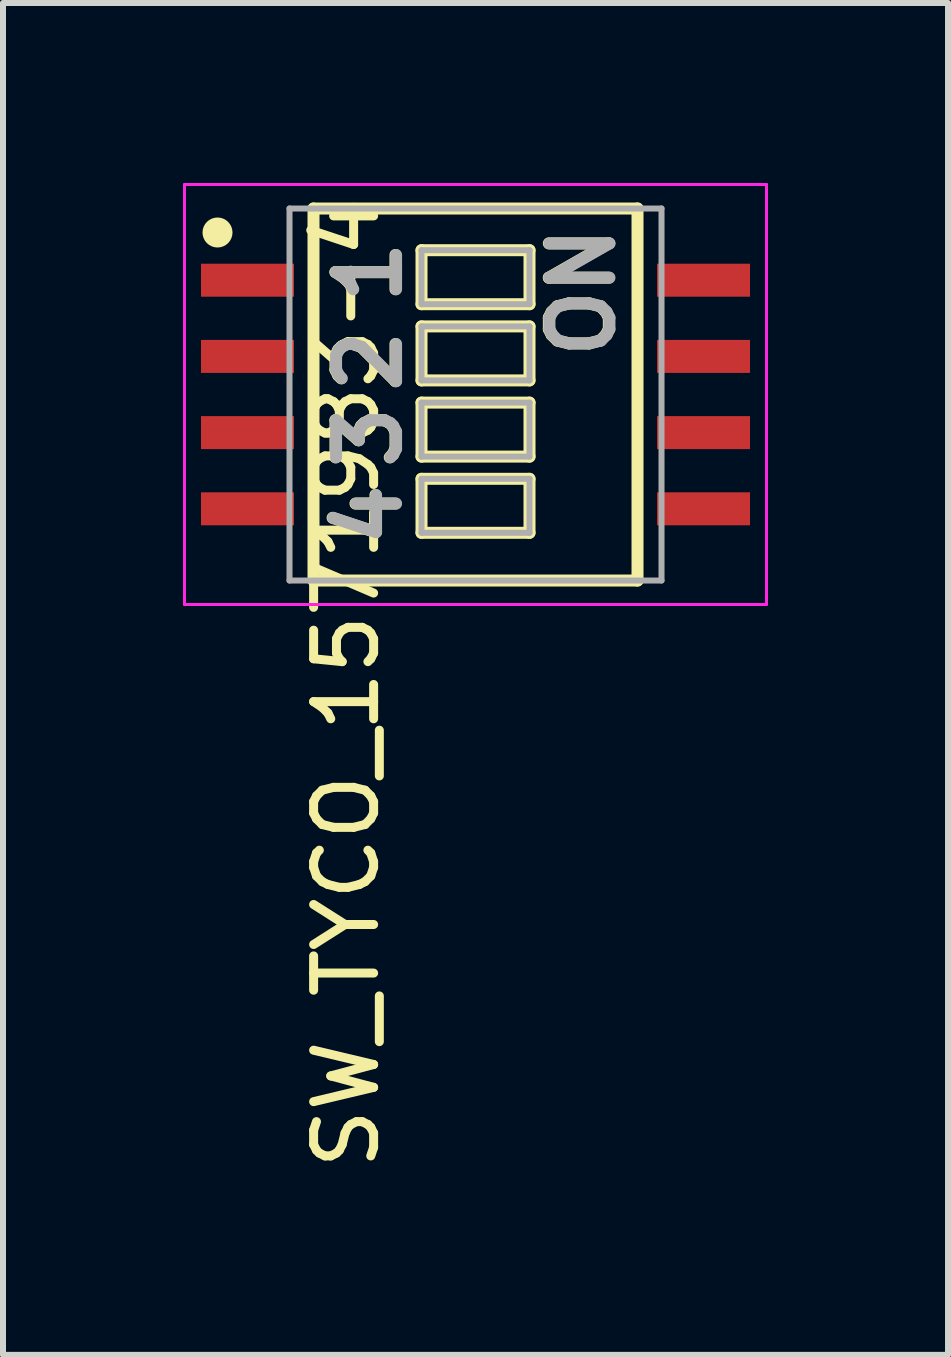
<source format=kicad_pcb>
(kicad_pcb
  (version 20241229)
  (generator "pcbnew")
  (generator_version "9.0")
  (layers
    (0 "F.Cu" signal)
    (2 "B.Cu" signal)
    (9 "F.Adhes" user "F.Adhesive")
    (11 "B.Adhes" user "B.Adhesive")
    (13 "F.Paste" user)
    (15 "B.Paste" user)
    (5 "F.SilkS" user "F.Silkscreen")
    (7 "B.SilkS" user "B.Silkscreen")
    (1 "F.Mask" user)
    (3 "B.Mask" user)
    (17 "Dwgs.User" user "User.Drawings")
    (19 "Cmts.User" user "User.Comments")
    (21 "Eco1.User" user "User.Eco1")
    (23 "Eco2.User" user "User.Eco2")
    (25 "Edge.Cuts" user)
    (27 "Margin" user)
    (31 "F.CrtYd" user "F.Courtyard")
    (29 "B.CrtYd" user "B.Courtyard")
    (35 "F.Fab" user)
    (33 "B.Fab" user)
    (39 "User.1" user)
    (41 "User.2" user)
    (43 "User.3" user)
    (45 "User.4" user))
  (footprint "SW_TYCO_1571983-4"
    (layer "F.Cu")
    (at 4.875 3.525)
    (property "Reference" "SW_TYCO_1571983-4" (at -2.153 4.809 270) (layer "F.SilkS") (effects (font (size 1 1) (thickness 0.15))))
    (attr smd)
    (fp_line (start -2.7 -3.1) (end 2.7 -3.1) (stroke (width 0.2) (type solid)) (layer "F.SilkS"))
    (fp_line (start -2.7 3.1) (end -2.7 -3.1) (stroke (width 0.2) (type solid)) (layer "F.SilkS"))
    (fp_line (start -2.7 3.1) (end 2.7 3.1) (stroke (width 0.2) (type solid)) (layer "F.SilkS"))
    (fp_line (start -0.9 -2.405) (end 0.9 -2.405) (stroke (width 0.2) (type solid)) (layer "F.SilkS"))
    (fp_line (start -0.9 -1.505) (end -0.9 -2.405) (stroke (width 0.2) (type solid)) (layer "F.SilkS"))
    (fp_line (start -0.9 -1.505) (end 0.9 -1.505) (stroke (width 0.2) (type solid)) (layer "F.SilkS"))
    (fp_line (start -0.9 -1.135) (end 0.9 -1.135) (stroke (width 0.2) (type solid)) (layer "F.SilkS"))
    (fp_line (start -0.9 -0.235) (end -0.9 -1.135) (stroke (width 0.2) (type solid)) (layer "F.SilkS"))
    (fp_line (start -0.9 -0.235) (end 0.9 -0.235) (stroke (width 0.2) (type solid)) (layer "F.SilkS"))
    (fp_line (start -0.9 0.135) (end 0.9 0.135) (stroke (width 0.2) (type solid)) (layer "F.SilkS"))
    (fp_line (start -0.9 1.035) (end -0.9 0.135) (stroke (width 0.2) (type solid)) (layer "F.SilkS"))
    (fp_line (start -0.9 1.035) (end 0.9 1.035) (stroke (width 0.2) (type solid)) (layer "F.SilkS"))
    (fp_line (start -0.9 1.405) (end 0.9 1.405) (stroke (width 0.2) (type solid)) (layer "F.SilkS"))
    (fp_line (start -0.9 2.305) (end -0.9 1.405) (stroke (width 0.2) (type solid)) (layer "F.SilkS"))
    (fp_line (start -0.9 2.305) (end 0.9 2.305) (stroke (width 0.2) (type solid)) (layer "F.SilkS"))
    (fp_line (start 0.9 -1.505) (end 0.9 -2.405) (stroke (width 0.2) (type solid)) (layer "F.SilkS"))
    (fp_line (start 0.9 -0.235) (end 0.9 -1.135) (stroke (width 0.2) (type solid)) (layer "F.SilkS"))
    (fp_line (start 0.9 1.035) (end 0.9 0.135) (stroke (width 0.2) (type solid)) (layer "F.SilkS"))
    (fp_line (start 0.9 2.305) (end 0.9 1.405) (stroke (width 0.2) (type solid)) (layer "F.SilkS"))
    (fp_line (start 2.7 3.1) (end 2.7 -3.1) (stroke (width 0.2) (type solid)) (layer "F.SilkS"))
    (fp_circle (center -4.3 -2.7) (end -4.175 -2.7) (stroke (width 0.25) (type solid)) (fill no) (layer "F.SilkS"))
    (fp_line (start -4.85 -3.5) (end 4.85 -3.5) (stroke (width 0.05) (type solid)) (layer "F.CrtYd"))
    (fp_line (start -4.85 3.5) (end -4.85 -3.5) (stroke (width 0.05) (type solid)) (layer "F.CrtYd"))
    (fp_line (start -4.85 3.5) (end 4.85 3.5) (stroke (width 0.05) (type solid)) (layer "F.CrtYd"))
    (fp_line (start 4.85 3.5) (end 4.85 -3.5) (stroke (width 0.05) (type solid)) (layer "F.CrtYd"))
    (fp_line (start -3.1 -3.1) (end 3.1 -3.1) (stroke (width 0.1) (type solid)) (layer "F.Fab"))
    (fp_line (start -3.1 3.1) (end -3.1 -3.1) (stroke (width 0.1) (type solid)) (layer "F.Fab"))
    (fp_line (start -3.1 3.1) (end 3.1 3.1) (stroke (width 0.1) (type solid)) (layer "F.Fab"))
    (fp_line (start -0.9 -2.405) (end 0.9 -2.405) (stroke (width 0.1) (type solid)) (layer "F.Fab"))
    (fp_line (start -0.9 -1.505) (end -0.9 -2.405) (stroke (width 0.1) (type solid)) (layer "F.Fab"))
    (fp_line (start -0.9 -1.505) (end 0.9 -1.505) (stroke (width 0.1) (type solid)) (layer "F.Fab"))
    (fp_line (start -0.9 -1.135) (end 0.9 -1.135) (stroke (width 0.1) (type solid)) (layer "F.Fab"))
    (fp_line (start -0.9 -0.235) (end -0.9 -1.135) (stroke (width 0.1) (type solid)) (layer "F.Fab"))
    (fp_line (start -0.9 -0.235) (end 0.9 -0.235) (stroke (width 0.1) (type solid)) (layer "F.Fab"))
    (fp_line (start -0.9 0.135) (end 0.9 0.135) (stroke (width 0.1) (type solid)) (layer "F.Fab"))
    (fp_line (start -0.9 1.035) (end -0.9 0.135) (stroke (width 0.1) (type solid)) (layer "F.Fab"))
    (fp_line (start -0.9 1.035) (end 0.9 1.035) (stroke (width 0.1) (type solid)) (layer "F.Fab"))
    (fp_line (start -0.9 1.405) (end 0.9 1.405) (stroke (width 0.1) (type solid)) (layer "F.Fab"))
    (fp_line (start -0.9 2.305) (end -0.9 1.405) (stroke (width 0.1) (type solid)) (layer "F.Fab"))
    (fp_line (start -0.9 2.305) (end 0.9 2.305) (stroke (width 0.1) (type solid)) (layer "F.Fab"))
    (fp_line (start 0.9 -1.505) (end 0.9 -2.405) (stroke (width 0.1) (type solid)) (layer "F.Fab"))
    (fp_line (start 0.9 -0.235) (end 0.9 -1.135) (stroke (width 0.1) (type solid)) (layer "F.Fab"))
    (fp_line (start 0.9 1.035) (end 0.9 0.135) (stroke (width 0.1) (type solid)) (layer "F.Fab"))
    (fp_line (start 0.9 2.305) (end 0.9 1.405) (stroke (width 0.1) (type solid)) (layer "F.Fab"))
    (fp_line (start 3.1 3.1) (end 3.1 -3.1) (stroke (width 0.1) (type solid)) (layer "F.Fab"))
    (fp_text user "1" (at -1.786 -2.04 270) (layer "F.SilkS") (effects (font (size 1 1) (thickness 0.2))))
    (fp_text user "3" (at -1.786 0.714 270) (layer "F.SilkS") (effects (font (size 1 1) (thickness 0.2))))
    (fp_text user "2" (at -1.786 -0.556 270) (layer "F.SilkS") (effects (font (size 1 1) (thickness 0.2))))
    (fp_text user "ON" (at 1.77 -1.709 270) (layer "F.SilkS") (effects (font (size 1 1) (thickness 0.2))))
    (fp_text user "4" (at -1.786 2.008 270) (layer "F.SilkS") (effects (font (size 1 1) (thickness 0.2))))
    (fp_text user "ON" (at 1.78 -1.709 270) (layer "F.Fab") (effects (font (size 1 1) (thickness 0.2))))
    (fp_text user "1" (at -1.776 -2.04 270) (layer "F.Fab") (effects (font (size 1 1) (thickness 0.2))))
    (fp_text user "2" (at -1.776 -0.556 270) (layer "F.Fab") (effects (font (size 1 1) (thickness 0.2))))
    (fp_text user "4" (at -1.776 2.008 270) (layer "F.Fab") (effects (font (size 1 1) (thickness 0.2))))
    (fp_text user "3" (at -1.776 0.714 270) (layer "F.Fab") (effects (font (size 1 1) (thickness 0.2))))
    (pad "1" smd rect (at -3.8 -1.905) (size 1.55 0.55) (layers "F.Cu" "F.Mask" "F.Paste"))
    (pad "2" smd rect (at -3.8 -0.635) (size 1.55 0.55) (layers "F.Cu" "F.Mask" "F.Paste"))
    (pad "3" smd rect (at -3.8 0.635) (size 1.55 0.55) (layers "F.Cu" "F.Mask" "F.Paste"))
    (pad "4" smd rect (at -3.8 1.905) (size 1.55 0.55) (layers "F.Cu" "F.Mask" "F.Paste"))
    (pad "5" smd rect (at 3.8 1.905) (size 1.55 0.55) (layers "F.Cu" "F.Mask" "F.Paste"))
    (pad "6" smd rect (at 3.8 0.635) (size 1.55 0.55) (layers "F.Cu" "F.Mask" "F.Paste"))
    (pad "7" smd rect (at 3.8 -0.635) (size 1.55 0.55) (layers "F.Cu" "F.Mask" "F.Paste"))
    (pad "8" smd rect (at 3.8 -1.905) (size 1.55 0.55) (layers "F.Cu" "F.Mask" "F.Paste")))
  (gr_rect
    (start -3 -3)
    (end 12.75 19.53)
    (stroke (width 0.1) (type default))
    (fill no)
    (layer "Edge.Cuts")))
</source>
